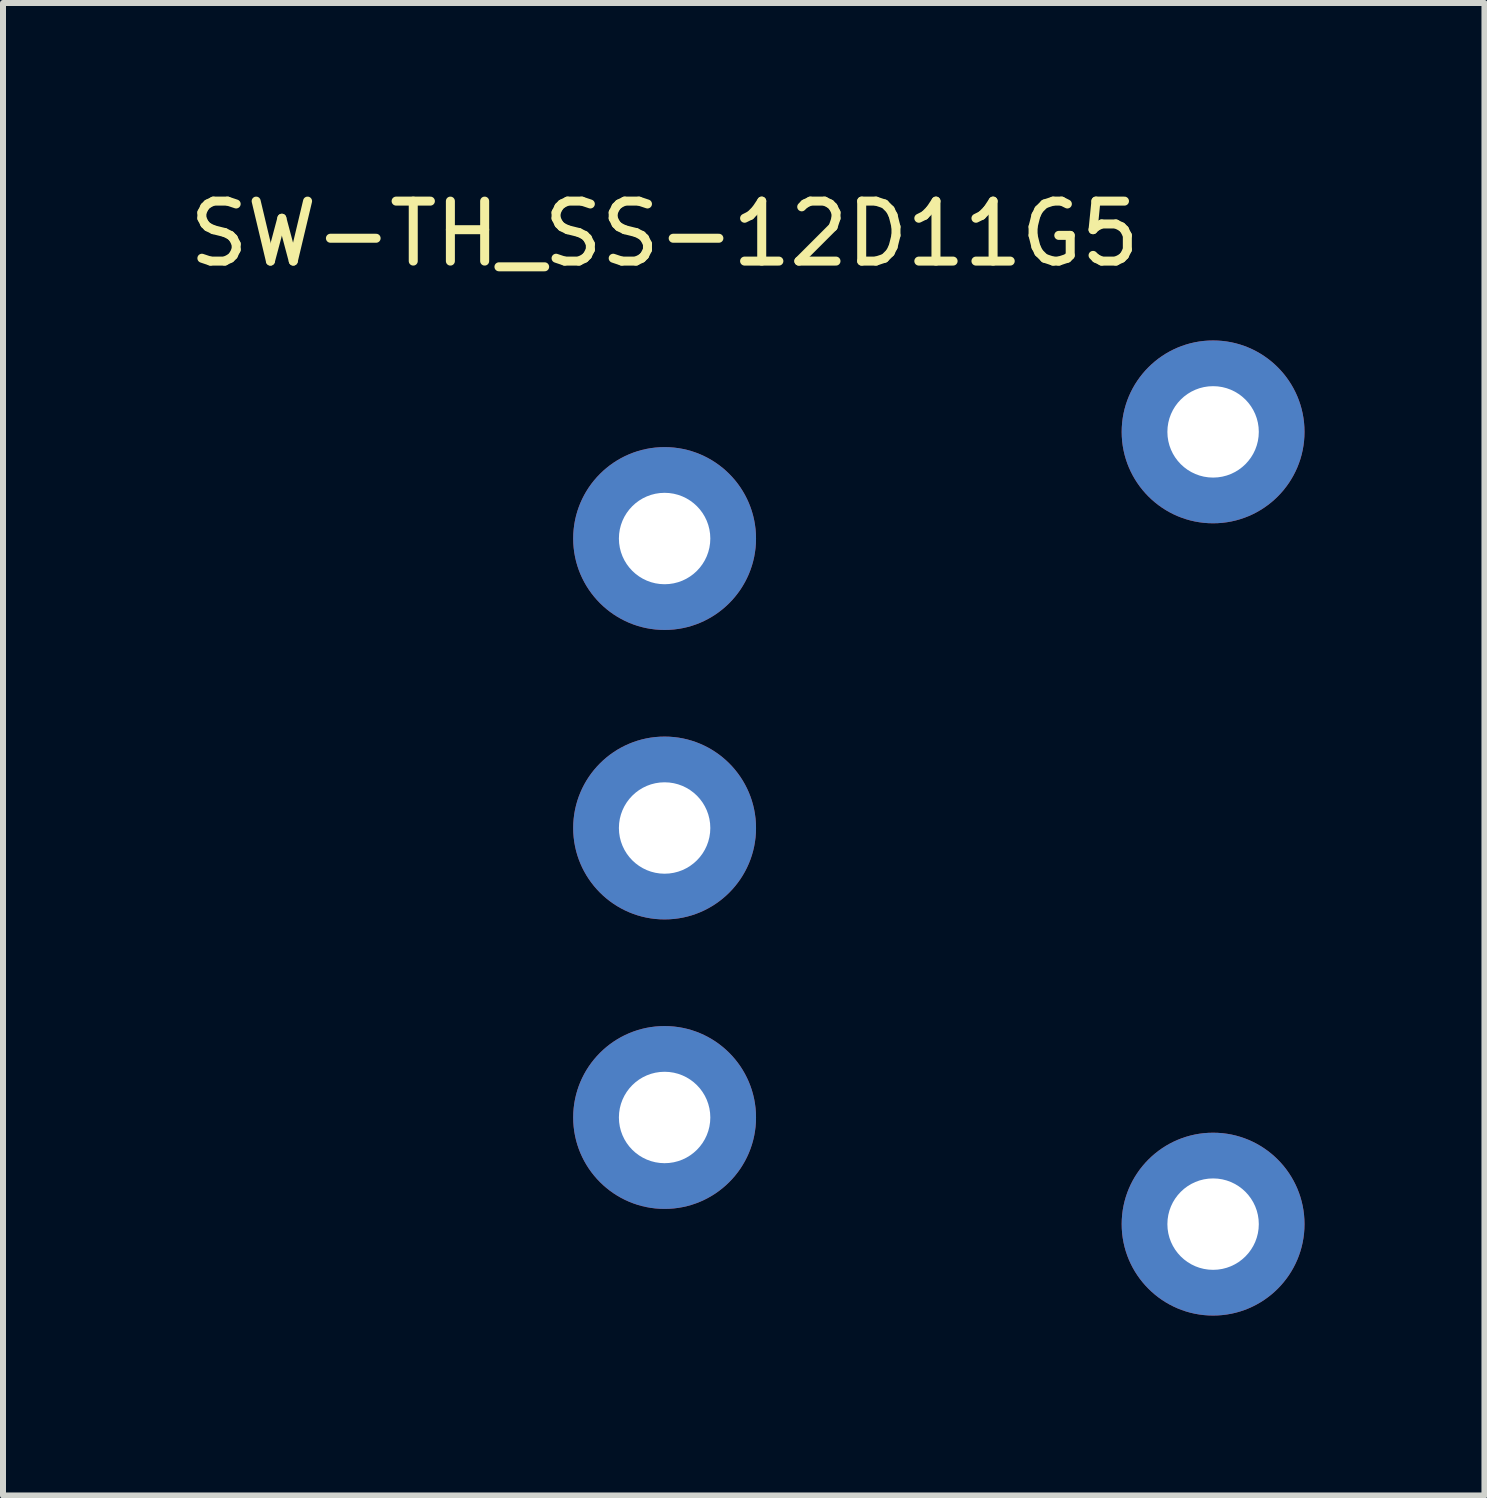
<source format=kicad_pcb>
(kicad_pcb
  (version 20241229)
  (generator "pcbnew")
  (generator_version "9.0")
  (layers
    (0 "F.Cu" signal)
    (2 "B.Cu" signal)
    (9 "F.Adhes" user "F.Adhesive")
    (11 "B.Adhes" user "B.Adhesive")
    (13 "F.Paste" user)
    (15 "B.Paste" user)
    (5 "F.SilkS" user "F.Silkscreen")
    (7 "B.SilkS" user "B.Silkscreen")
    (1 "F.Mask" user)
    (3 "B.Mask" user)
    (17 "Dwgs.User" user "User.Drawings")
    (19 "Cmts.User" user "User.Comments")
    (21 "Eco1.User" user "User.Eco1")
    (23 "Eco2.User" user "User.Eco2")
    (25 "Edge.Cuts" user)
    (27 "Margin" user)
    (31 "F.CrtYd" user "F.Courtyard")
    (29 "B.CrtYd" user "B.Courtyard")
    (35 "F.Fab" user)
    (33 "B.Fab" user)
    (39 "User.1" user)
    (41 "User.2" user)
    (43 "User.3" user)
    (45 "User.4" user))
  (footprint "SW-TH_SS-12D11G5"
    (layer "F.Cu")
    (at 8.03 10.754)
    (property "Reference" "SW-TH_SS-12D11G5" (at 0 -9.906 0) (unlocked yes) (layer "F.SilkS") (effects (font (size 1 1) (thickness 0.15))))
    (pad "1" thru_hole circle (at 0 -4.826) (size 3.048 3.048) (drill 1.524) (layers "*.Cu" "*.Mask"))
    (pad "2" thru_hole circle (at 0 0) (size 3.048 3.048) (drill 1.524) (layers "*.Cu" "*.Mask"))
    (pad "3" thru_hole circle (at 0 4.826) (size 3.048 3.048) (drill 1.524) (layers "*.Cu" "*.Mask"))
    (pad "4" thru_hole circle (at 9.144 -6.604) (size 3.048 3.048) (drill 1.524) (layers "*.Cu" "*.Mask"))
    (pad "5" thru_hole circle (at 9.144 6.604) (size 3.048 3.048) (drill 1.524) (layers "*.Cu" "*.Mask")))
  (gr_rect
    (start -3 -3)
    (end 21.698 21.882)
    (stroke (width 0.1) (type default))
    (fill no)
    (layer "Edge.Cuts")))
</source>
